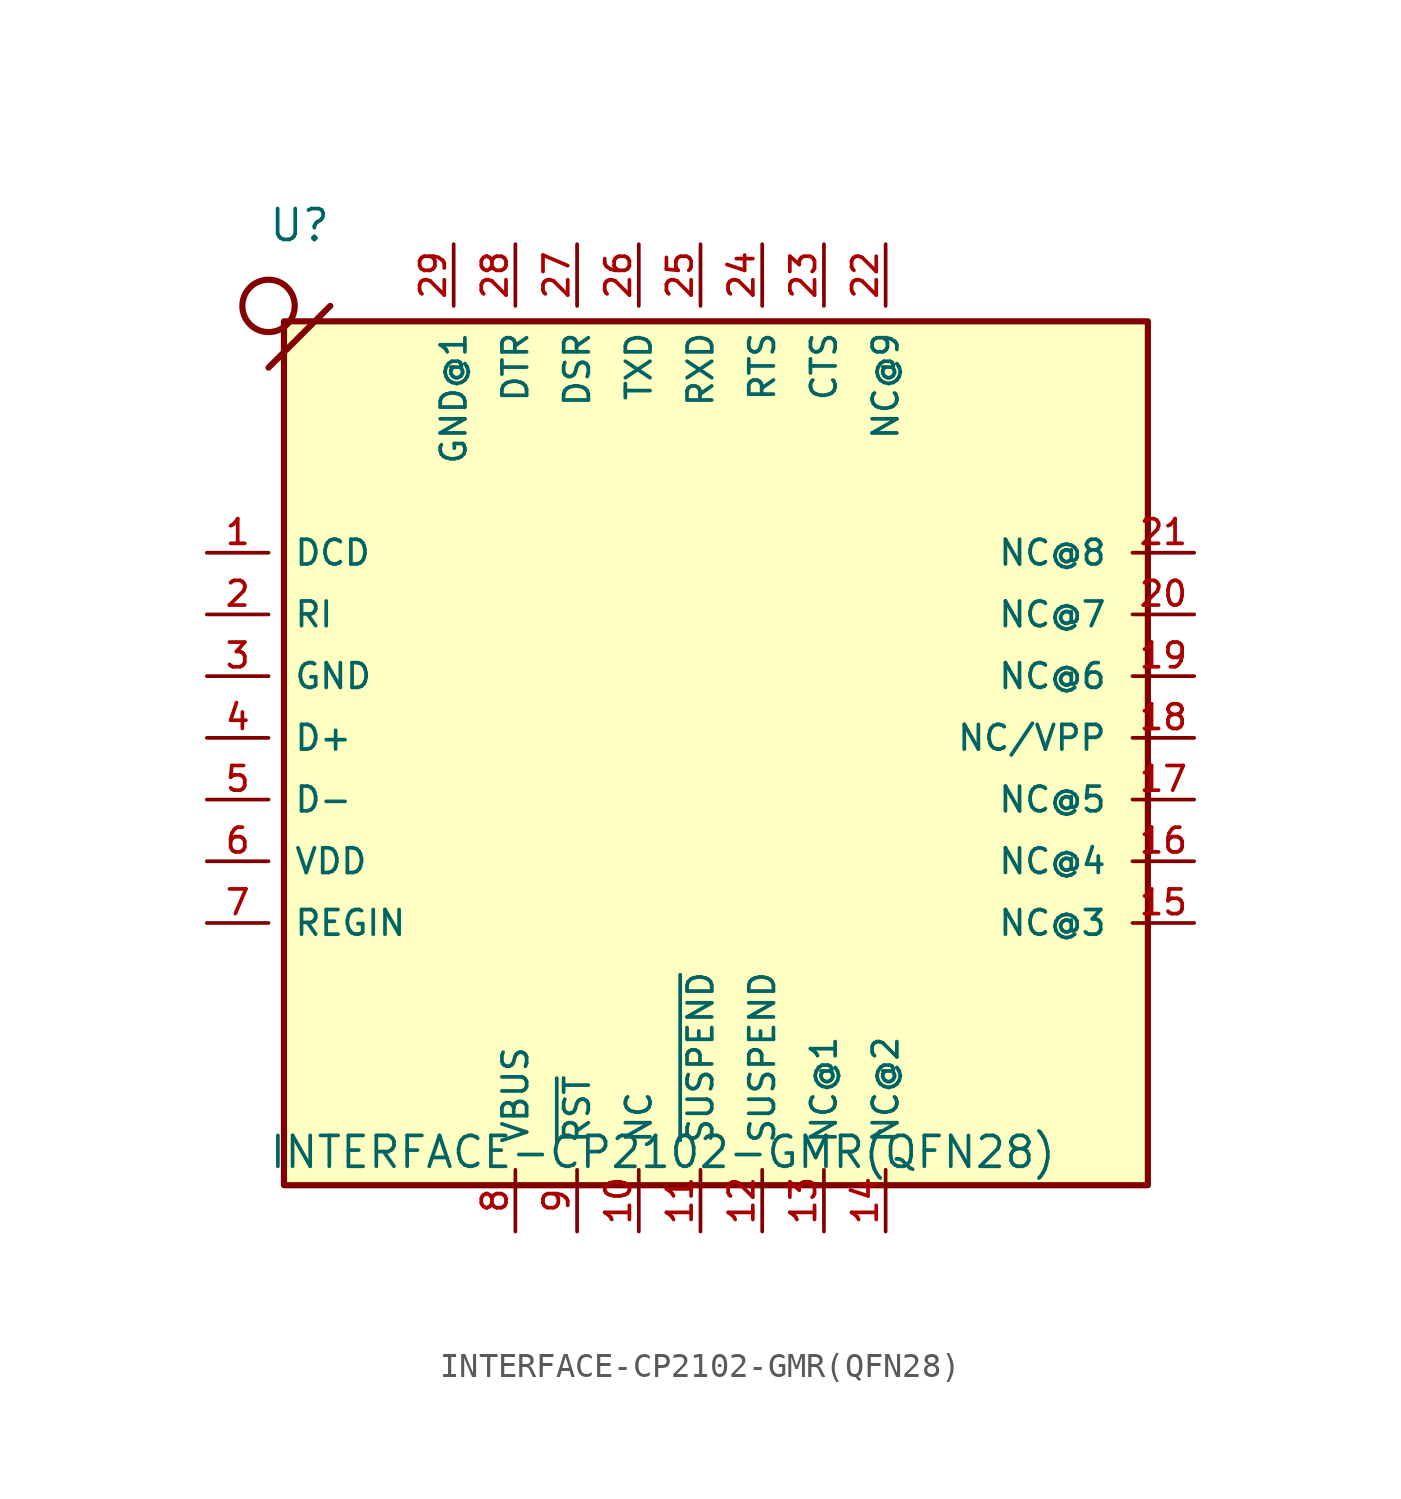
<source format=kicad_sym>
(kicad_symbol_lib
  (version 20211014)
  (generator kicad_symbol_editor)
  (symbol "INTERFACE-CP2102-GMR(QFN28)"
    (pin_names
      (offset 1.016))
    (property "Reference" "U"
      (at -17.809 20.353 0)
      (effects (font (size 1.27 1.27)) (justify bottom left)))
    (property "Value" "INTERFACE-CP2102-GMR(QFN28)"
      (at -17.798 -17.798 0)
      (effects (font (size 1.27 1.27)) (justify bottom left)))
    (symbol "INTERFACE-CP2102-GMR(QFN28)_0_0"
      (polyline (pts (xy -17.78 15.24) (xy -15.24 17.78)) (stroke (width 0.254)))
      (circle (center -17.78 17.78) (radius 1.078) (stroke (width 0.254)) (fill (type none)))
      (rectangle (start -17.145 -18.415) (end 18.415 17.145) (stroke (width 0.254)) (fill (type background)))
      (pin bidirectional line (at -20.32 7.62 0) (length 2.54) (name "DCD" (effects (font (size 1.016 1.016)))) (number "1" (effects (font (size 1.016 1.016)))))
      (pin bidirectional line (at -20.32 5.08 0) (length 2.54) (name "RI" (effects (font (size 1.016 1.016)))) (number "2" (effects (font (size 1.016 1.016)))))
      (pin bidirectional line (at -20.32 2.54 0) (length 2.54) (name "GND" (effects (font (size 1.016 1.016)))) (number "3" (effects (font (size 1.016 1.016)))))
      (pin bidirectional line (at -20.32 0.0 0) (length 2.54) (name "D+" (effects (font (size 1.016 1.016)))) (number "4" (effects (font (size 1.016 1.016)))))
      (pin bidirectional line (at -20.32 -2.54 0) (length 2.54) (name "D-" (effects (font (size 1.016 1.016)))) (number "5" (effects (font (size 1.016 1.016)))))
      (pin bidirectional line (at -20.32 -5.08 0) (length 2.54) (name "VDD" (effects (font (size 1.016 1.016)))) (number "6" (effects (font (size 1.016 1.016)))))
      (pin bidirectional line (at -20.32 -7.62 0) (length 2.54) (name "REGIN" (effects (font (size 1.016 1.016)))) (number "7" (effects (font (size 1.016 1.016)))))
      (pin bidirectional line (at -7.62 -20.32 90.0) (length 2.54) (name "VBUS" (effects (font (size 1.016 1.016)))) (number "8" (effects (font (size 1.016 1.016)))))
      (pin bidirectional line (at -5.08 -20.32 90.0) (length 2.54) (name "~{RST}" (effects (font (size 1.016 1.016)))) (number "9" (effects (font (size 1.016 1.016)))))
      (pin bidirectional line (at -2.54 -20.32 90.0) (length 2.54) (name "NC" (effects (font (size 1.016 1.016)))) (number "10" (effects (font (size 1.016 1.016)))))
      (pin bidirectional line (at 0.0 -20.32 90.0) (length 2.54) (name "~{SUSPEND}" (effects (font (size 1.016 1.016)))) (number "11" (effects (font (size 1.016 1.016)))))
      (pin bidirectional line (at 2.54 -20.32 90.0) (length 2.54) (name "SUSPEND" (effects (font (size 1.016 1.016)))) (number "12" (effects (font (size 1.016 1.016)))))
      (pin bidirectional line (at 5.08 -20.32 90.0) (length 2.54) (name "NC@1" (effects (font (size 1.016 1.016)))) (number "13" (effects (font (size 1.016 1.016)))))
      (pin bidirectional line (at 7.62 -20.32 90.0) (length 2.54) (name "NC@2" (effects (font (size 1.016 1.016)))) (number "14" (effects (font (size 1.016 1.016)))))
      (pin bidirectional line (at 20.32 -7.62 180.0) (length 2.54) (name "NC@3" (effects (font (size 1.016 1.016)))) (number "15" (effects (font (size 1.016 1.016)))))
      (pin bidirectional line (at 20.32 -5.08 180.0) (length 2.54) (name "NC@4" (effects (font (size 1.016 1.016)))) (number "16" (effects (font (size 1.016 1.016)))))
      (pin bidirectional line (at 20.32 -2.54 180.0) (length 2.54) (name "NC@5" (effects (font (size 1.016 1.016)))) (number "17" (effects (font (size 1.016 1.016)))))
      (pin bidirectional line (at 20.32 0.0 180.0) (length 2.54) (name "NC/VPP" (effects (font (size 1.016 1.016)))) (number "18" (effects (font (size 1.016 1.016)))))
      (pin bidirectional line (at 20.32 2.54 180.0) (length 2.54) (name "NC@6" (effects (font (size 1.016 1.016)))) (number "19" (effects (font (size 1.016 1.016)))))
      (pin bidirectional line (at 20.32 5.08 180.0) (length 2.54) (name "NC@7" (effects (font (size 1.016 1.016)))) (number "20" (effects (font (size 1.016 1.016)))))
      (pin bidirectional line (at 20.32 7.62 180.0) (length 2.54) (name "NC@8" (effects (font (size 1.016 1.016)))) (number "21" (effects (font (size 1.016 1.016)))))
      (pin bidirectional line (at 7.62 20.32 270.0) (length 2.54) (name "NC@9" (effects (font (size 1.016 1.016)))) (number "22" (effects (font (size 1.016 1.016)))))
      (pin bidirectional line (at 5.08 20.32 270.0) (length 2.54) (name "CTS" (effects (font (size 1.016 1.016)))) (number "23" (effects (font (size 1.016 1.016)))))
      (pin bidirectional line (at 2.54 20.32 270.0) (length 2.54) (name "RTS" (effects (font (size 1.016 1.016)))) (number "24" (effects (font (size 1.016 1.016)))))
      (pin bidirectional line (at 0.0 20.32 270.0) (length 2.54) (name "RXD" (effects (font (size 1.016 1.016)))) (number "25" (effects (font (size 1.016 1.016)))))
      (pin bidirectional line (at -2.54 20.32 270.0) (length 2.54) (name "TXD" (effects (font (size 1.016 1.016)))) (number "26" (effects (font (size 1.016 1.016)))))
      (pin bidirectional line (at -5.08 20.32 270.0) (length 2.54) (name "DSR" (effects (font (size 1.016 1.016)))) (number "27" (effects (font (size 1.016 1.016)))))
      (pin bidirectional line (at -7.62 20.32 270.0) (length 2.54) (name "DTR" (effects (font (size 1.016 1.016)))) (number "28" (effects (font (size 1.016 1.016)))))
      (pin bidirectional line (at -10.16 20.32 270.0) (length 2.54) (name "GND@1" (effects (font (size 1.016 1.016)))) (number "29" (effects (font (size 1.016 1.016))))))))
</source>
